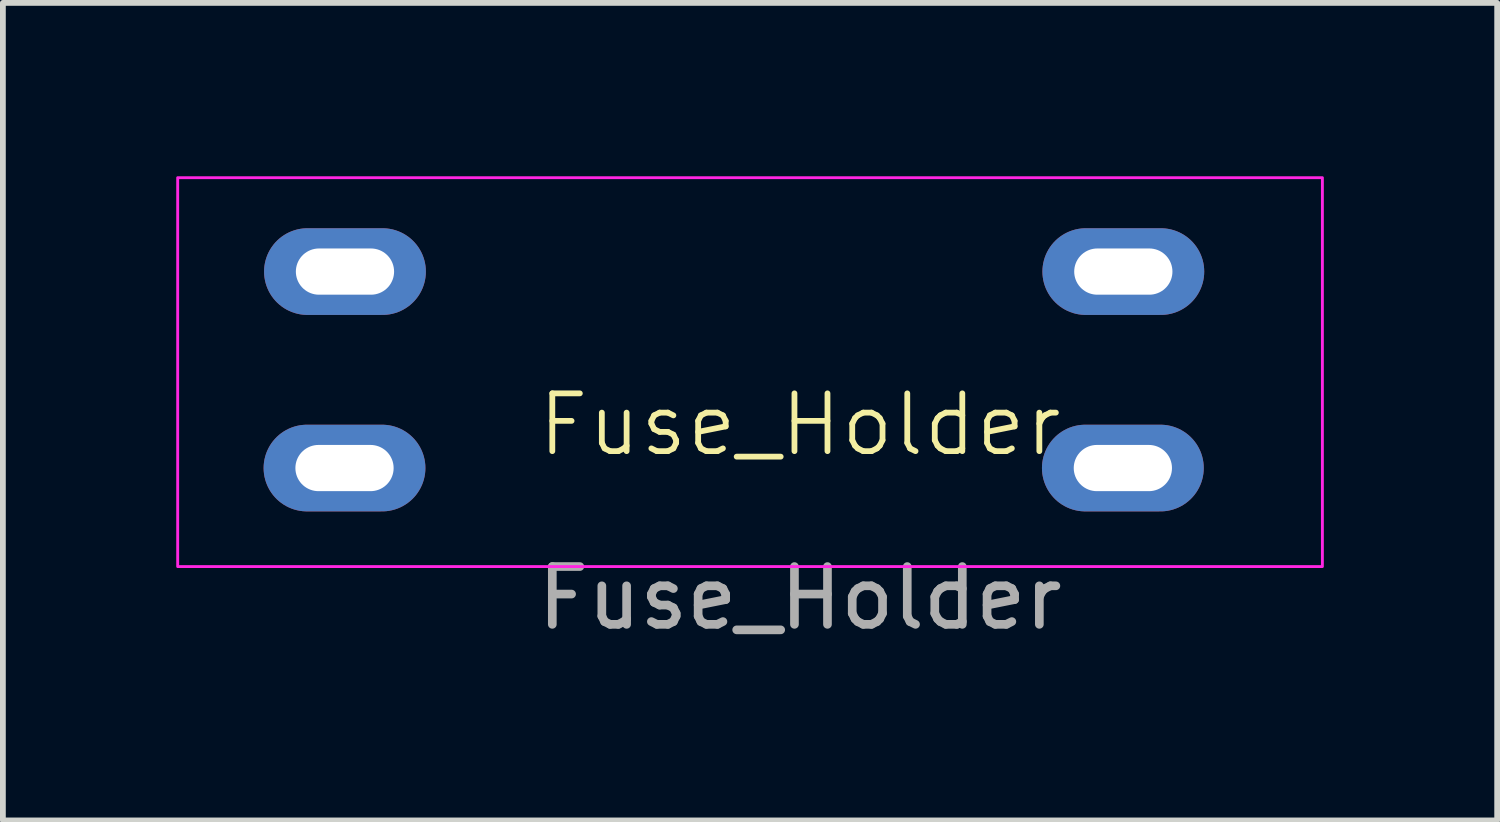
<source format=kicad_pcb>
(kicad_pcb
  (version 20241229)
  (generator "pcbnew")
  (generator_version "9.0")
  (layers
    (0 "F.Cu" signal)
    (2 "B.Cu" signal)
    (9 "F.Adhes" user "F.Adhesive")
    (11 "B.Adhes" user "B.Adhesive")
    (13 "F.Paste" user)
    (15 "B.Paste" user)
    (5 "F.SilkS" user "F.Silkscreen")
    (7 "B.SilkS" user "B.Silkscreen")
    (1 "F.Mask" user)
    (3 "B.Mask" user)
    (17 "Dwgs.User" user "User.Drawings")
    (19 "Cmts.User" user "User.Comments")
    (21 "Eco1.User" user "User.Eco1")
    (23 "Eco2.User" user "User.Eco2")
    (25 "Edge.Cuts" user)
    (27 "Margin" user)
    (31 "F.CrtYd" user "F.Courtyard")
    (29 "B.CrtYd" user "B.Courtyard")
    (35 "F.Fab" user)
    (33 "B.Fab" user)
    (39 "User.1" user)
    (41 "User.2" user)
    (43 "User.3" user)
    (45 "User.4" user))
  (footprint "Fuse_Holder"
    (layer "F.Cu")
    (at 10.794 4.8)
    (property "Reference" "Fuse_Holder" (at 0 -0.5 0) (unlocked yes) (layer "F.SilkS") (effects (font (size 1 1) (thickness 0.1))))
    (attr through_hole)
    (fp_rect (start -10.769 -4.775) (end 9.041 1.955) (stroke (width 0.05) (type default)) (fill no) (layer "F.CrtYd"))
    (fp_text user "${REFERENCE}" (at 0 2.5 0) (unlocked yes) (layer "F.Fab") (effects (font (size 1 1) (thickness 0.15))))
    (pad "1" thru_hole oval (at -7.882 0.25) (size 2.8 1.5) (drill oval 1.7 0.8) (layers "*.Cu" "*.Mask"))
    (pad "2" thru_hole oval (at -7.874 -3.15) (size 2.8 1.5) (drill oval 1.7 0.8) (layers "*.Cu" "*.Mask"))
    (pad "3" thru_hole oval (at 5.596 -3.15) (size 2.8 1.5) (drill oval 1.7 0.8) (layers "*.Cu" "*.Mask"))
    (pad "4" thru_hole oval (at 5.588 0.25) (size 2.8 1.5) (drill oval 1.7 0.8) (layers "*.Cu" "*.Mask")))
  (gr_rect
    (start -3 -3)
    (end 22.86 11.148)
    (stroke (width 0.1) (type default))
    (fill no)
    (layer "Edge.Cuts")))
</source>
